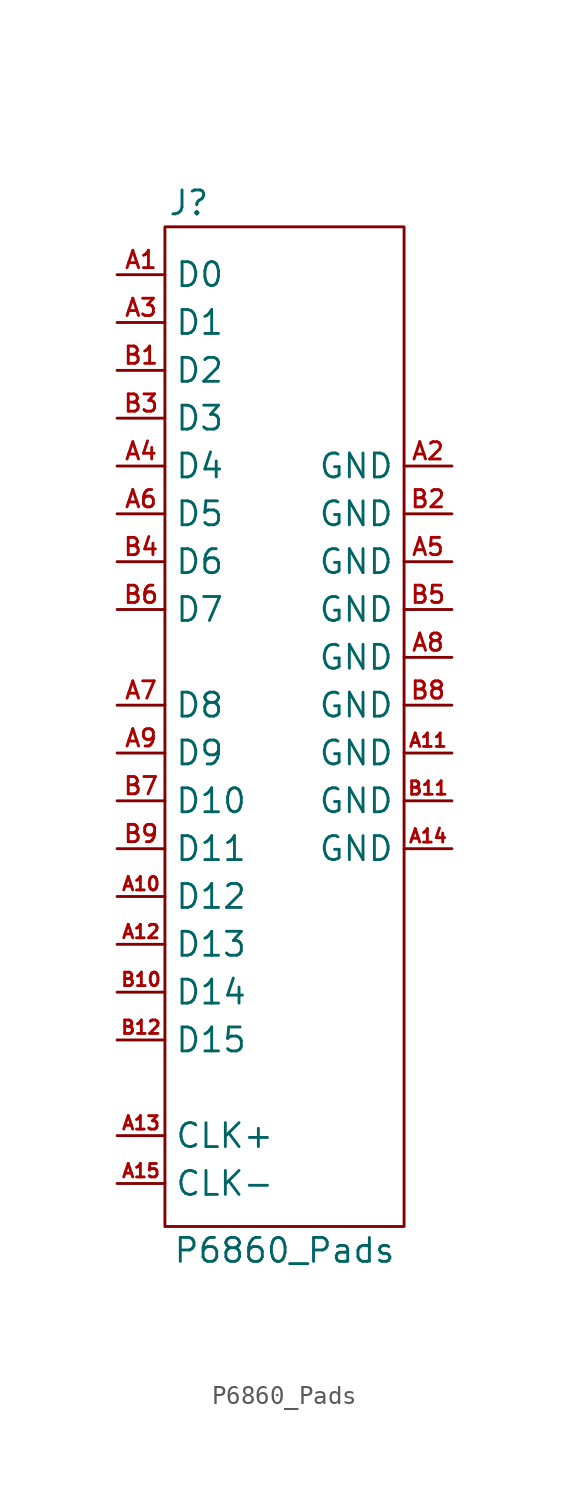
<source format=kicad_sym>
(kicad_symbol_lib
  (version 20220914)
  (generator kicad_symbol_editor)
  (symbol "P6860_Pads"
    (property "Reference" "J"
      (at 1.27 1.27 0)
      (effects (font (size 1.27 1.27))))
    (property "Value" "P6860_Pads"
      (at 6.35 -54.356 0)
      (effects (font (size 1.27 1.27))))
    (symbol "P6860_Pads_0_1"
      (rectangle (start 0 0) (end 12.7 -53.086) (stroke (width 0) (type default)) (fill (type none))))
    (symbol "P6860_Pads_1_1"
      (pin input line (at -2.54 -2.54 0) (length 2.54) (name "D0" (effects (font (size 1.27 1.27)))) (number "A1" (effects (font (size 0.917 0.917)))))
      (pin input line (at -2.54 -35.56 0) (length 2.54) (name "D12" (effects (font (size 1.27 1.27)))) (number "A10" (effects (font (size 0.713 0.713)))))
      (pin passive line (at 15.24 -27.94 180) (length 2.54) (name "GND" (effects (font (size 1.27 1.27)))) (number "A11" (effects (font (size 0.713 0.713)))))
      (pin input line (at -2.54 -38.1 0) (length 2.54) (name "D13" (effects (font (size 1.27 1.27)))) (number "A12" (effects (font (size 0.713 0.713)))))
      (pin input line (at -2.54 -48.26 0) (length 2.54) (name "CLK+" (effects (font (size 1.27 1.27)))) (number "A13" (effects (font (size 0.713 0.713)))))
      (pin passive line (at 15.24 -33.02 180) (length 2.54) (name "GND" (effects (font (size 1.27 1.27)))) (number "A14" (effects (font (size 0.713 0.713)))))
      (pin input line (at -2.54 -50.8 0) (length 2.54) (name "CLK-" (effects (font (size 1.27 1.27)))) (number "A15" (effects (font (size 0.713 0.713)))))
      (pin passive line (at 15.24 -12.7 180) (length 2.54) (name "GND" (effects (font (size 1.27 1.27)))) (number "A2" (effects (font (size 0.917 0.917)))))
      (pin input line (at -2.54 -5.08 0) (length 2.54) (name "D1" (effects (font (size 1.27 1.27)))) (number "A3" (effects (font (size 0.917 0.917)))))
      (pin input line (at -2.54 -12.7 0) (length 2.54) (name "D4" (effects (font (size 1.27 1.27)))) (number "A4" (effects (font (size 0.917 0.917)))))
      (pin passive line (at 15.24 -17.78 180) (length 2.54) (name "GND" (effects (font (size 1.27 1.27)))) (number "A5" (effects (font (size 0.917 0.917)))))
      (pin input line (at -2.54 -15.24 0) (length 2.54) (name "D5" (effects (font (size 1.27 1.27)))) (number "A6" (effects (font (size 0.917 0.917)))))
      (pin input line (at -2.54 -25.4 0) (length 2.54) (name "D8" (effects (font (size 1.27 1.27)))) (number "A7" (effects (font (size 0.917 0.917)))))
      (pin passive line (at 15.24 -22.86 180) (length 2.54) (name "GND" (effects (font (size 1.27 1.27)))) (number "A8" (effects (font (size 0.917 0.917)))))
      (pin input line (at -2.54 -27.94 0) (length 2.54) (name "D9" (effects (font (size 1.27 1.27)))) (number "A9" (effects (font (size 0.917 0.917)))))
      (pin input line (at -2.54 -7.62 0) (length 2.54) (name "D2" (effects (font (size 1.27 1.27)))) (number "B1" (effects (font (size 0.917 0.917)))))
      (pin input line (at -2.54 -40.64 0) (length 2.54) (name "D14" (effects (font (size 1.27 1.27)))) (number "B10" (effects (font (size 0.713 0.713)))))
      (pin passive line (at 15.24 -30.48 180) (length 2.54) (name "GND" (effects (font (size 1.27 1.27)))) (number "B11" (effects (font (size 0.713 0.713)))))
      (pin input line (at -2.54 -43.18 0) (length 2.54) (name "D15" (effects (font (size 1.27 1.27)))) (number "B12" (effects (font (size 0.713 0.713)))))
      (pin passive line (at 15.24 -15.24 180) (length 2.54) (name "GND" (effects (font (size 1.27 1.27)))) (number "B2" (effects (font (size 0.917 0.917)))))
      (pin input line (at -2.54 -10.16 0) (length 2.54) (name "D3" (effects (font (size 1.27 1.27)))) (number "B3" (effects (font (size 0.917 0.917)))))
      (pin input line (at -2.54 -17.78 0) (length 2.54) (name "D6" (effects (font (size 1.27 1.27)))) (number "B4" (effects (font (size 0.917 0.917)))))
      (pin passive line (at 15.24 -20.32 180) (length 2.54) (name "GND" (effects (font (size 1.27 1.27)))) (number "B5" (effects (font (size 0.917 0.917)))))
      (pin input line (at -2.54 -20.32 0) (length 2.54) (name "D7" (effects (font (size 1.27 1.27)))) (number "B6" (effects (font (size 0.917 0.917)))))
      (pin input line (at -2.54 -30.48 0) (length 2.54) (name "D10" (effects (font (size 1.27 1.27)))) (number "B7" (effects (font (size 0.917 0.917)))))
      (pin passive line (at 15.24 -25.4 180) (length 2.54) (name "GND" (effects (font (size 1.27 1.27)))) (number "B8" (effects (font (size 0.917 0.917)))))
      (pin input line (at -2.54 -33.02 0) (length 2.54) (name "D11" (effects (font (size 1.27 1.27)))) (number "B9" (effects (font (size 0.917 0.917))))))))
</source>
